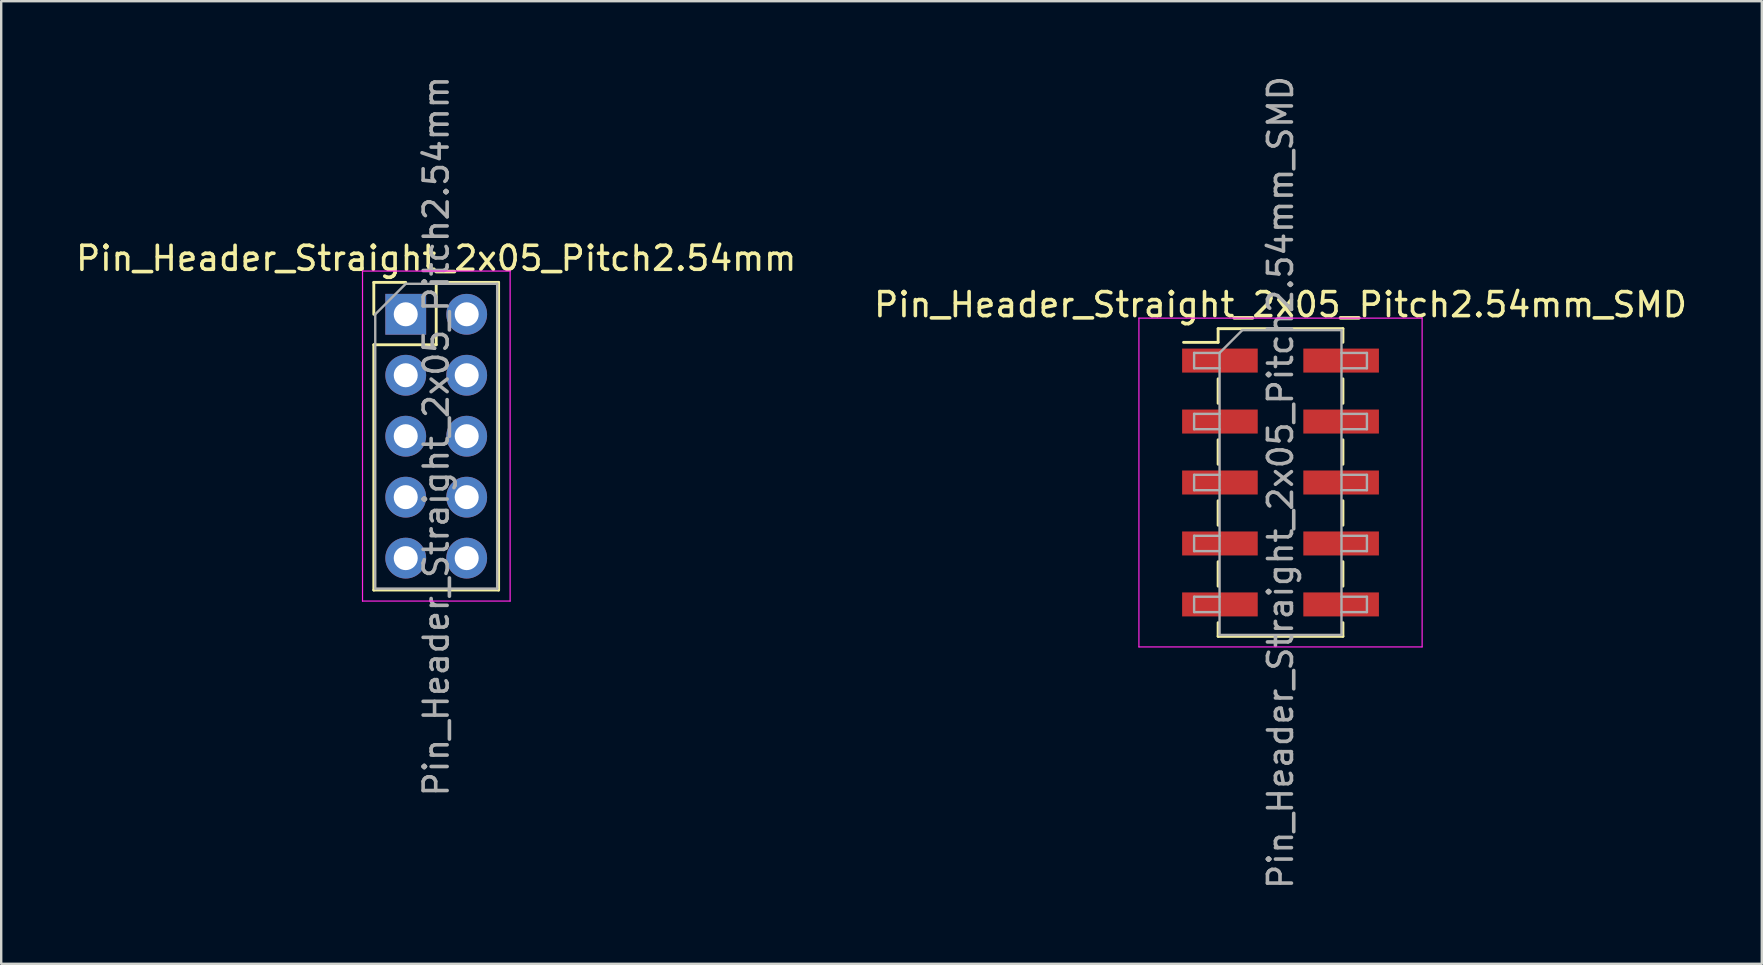
<source format=kicad_pcb>
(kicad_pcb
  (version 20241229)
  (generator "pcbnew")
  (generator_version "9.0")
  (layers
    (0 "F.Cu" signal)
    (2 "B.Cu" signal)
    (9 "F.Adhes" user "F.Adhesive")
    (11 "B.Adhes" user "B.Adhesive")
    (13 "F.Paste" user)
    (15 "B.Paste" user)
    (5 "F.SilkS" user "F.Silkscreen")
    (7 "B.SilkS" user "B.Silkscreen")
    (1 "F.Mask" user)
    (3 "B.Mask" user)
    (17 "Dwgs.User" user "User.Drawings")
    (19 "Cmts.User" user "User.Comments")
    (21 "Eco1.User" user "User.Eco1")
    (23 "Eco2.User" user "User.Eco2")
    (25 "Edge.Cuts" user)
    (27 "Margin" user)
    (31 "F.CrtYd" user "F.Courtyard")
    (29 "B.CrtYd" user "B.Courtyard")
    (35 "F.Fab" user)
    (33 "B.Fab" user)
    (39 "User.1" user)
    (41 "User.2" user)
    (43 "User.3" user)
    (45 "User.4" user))
  (footprint "Pin_Header_Straight_2x05_Pitch2.54mm_SMD"
    (layer "F.Cu")
    (at 50.304 17.054)
    (property "Reference" "Pin_Header_Straight_2x05_Pitch2.54mm_SMD" (at 0 -7.41 0) (layer "F.SilkS") (effects (font (size 1 1) (thickness 0.15))))
    (attr smd)
    (fp_line (start -4.04 -5.84) (end -2.6 -5.84) (stroke (width 0.12) (type solid)) (layer "F.SilkS"))
    (fp_line (start -2.6 -6.41) (end -2.6 -5.84) (stroke (width 0.12) (type solid)) (layer "F.SilkS"))
    (fp_line (start -2.6 -6.41) (end 2.6 -6.41) (stroke (width 0.12) (type solid)) (layer "F.SilkS"))
    (fp_line (start -2.6 -4.32) (end -2.6 -3.3) (stroke (width 0.12) (type solid)) (layer "F.SilkS"))
    (fp_line (start -2.6 -1.78) (end -2.6 -0.76) (stroke (width 0.12) (type solid)) (layer "F.SilkS"))
    (fp_line (start -2.6 0.76) (end -2.6 1.78) (stroke (width 0.12) (type solid)) (layer "F.SilkS"))
    (fp_line (start -2.6 3.3) (end -2.6 4.32) (stroke (width 0.12) (type solid)) (layer "F.SilkS"))
    (fp_line (start -2.6 5.84) (end -2.6 6.41) (stroke (width 0.12) (type solid)) (layer "F.SilkS"))
    (fp_line (start -2.6 6.41) (end 2.6 6.41) (stroke (width 0.12) (type solid)) (layer "F.SilkS"))
    (fp_line (start 2.6 -6.41) (end 2.6 -5.84) (stroke (width 0.12) (type solid)) (layer "F.SilkS"))
    (fp_line (start 2.6 -4.32) (end 2.6 -3.3) (stroke (width 0.12) (type solid)) (layer "F.SilkS"))
    (fp_line (start 2.6 -1.78) (end 2.6 -0.76) (stroke (width 0.12) (type solid)) (layer "F.SilkS"))
    (fp_line (start 2.6 0.76) (end 2.6 1.78) (stroke (width 0.12) (type solid)) (layer "F.SilkS"))
    (fp_line (start 2.6 3.3) (end 2.6 4.32) (stroke (width 0.12) (type solid)) (layer "F.SilkS"))
    (fp_line (start 2.6 5.84) (end 2.6 6.41) (stroke (width 0.12) (type solid)) (layer "F.SilkS"))
    (fp_line (start -5.9 -6.85) (end -5.9 6.85) (stroke (width 0.05) (type solid)) (layer "F.CrtYd"))
    (fp_line (start -5.9 6.85) (end 5.9 6.85) (stroke (width 0.05) (type solid)) (layer "F.CrtYd"))
    (fp_line (start 5.9 -6.85) (end -5.9 -6.85) (stroke (width 0.05) (type solid)) (layer "F.CrtYd"))
    (fp_line (start 5.9 6.85) (end 5.9 -6.85) (stroke (width 0.05) (type solid)) (layer "F.CrtYd"))
    (fp_line (start -3.6 -5.4) (end -3.6 -4.76) (stroke (width 0.1) (type solid)) (layer "F.Fab"))
    (fp_line (start -3.6 -4.76) (end -2.54 -4.76) (stroke (width 0.1) (type solid)) (layer "F.Fab"))
    (fp_line (start -3.6 -2.86) (end -3.6 -2.22) (stroke (width 0.1) (type solid)) (layer "F.Fab"))
    (fp_line (start -3.6 -2.22) (end -2.54 -2.22) (stroke (width 0.1) (type solid)) (layer "F.Fab"))
    (fp_line (start -3.6 -0.32) (end -3.6 0.32) (stroke (width 0.1) (type solid)) (layer "F.Fab"))
    (fp_line (start -3.6 0.32) (end -2.54 0.32) (stroke (width 0.1) (type solid)) (layer "F.Fab"))
    (fp_line (start -3.6 2.22) (end -3.6 2.86) (stroke (width 0.1) (type solid)) (layer "F.Fab"))
    (fp_line (start -3.6 2.86) (end -2.54 2.86) (stroke (width 0.1) (type solid)) (layer "F.Fab"))
    (fp_line (start -3.6 4.76) (end -3.6 5.4) (stroke (width 0.1) (type solid)) (layer "F.Fab"))
    (fp_line (start -3.6 5.4) (end -2.54 5.4) (stroke (width 0.1) (type solid)) (layer "F.Fab"))
    (fp_line (start -2.54 -5.4) (end -3.6 -5.4) (stroke (width 0.1) (type solid)) (layer "F.Fab"))
    (fp_line (start -2.54 -5.4) (end -1.59 -6.35) (stroke (width 0.1) (type solid)) (layer "F.Fab"))
    (fp_line (start -2.54 -2.86) (end -3.6 -2.86) (stroke (width 0.1) (type solid)) (layer "F.Fab"))
    (fp_line (start -2.54 -0.32) (end -3.6 -0.32) (stroke (width 0.1) (type solid)) (layer "F.Fab"))
    (fp_line (start -2.54 2.22) (end -3.6 2.22) (stroke (width 0.1) (type solid)) (layer "F.Fab"))
    (fp_line (start -2.54 4.76) (end -3.6 4.76) (stroke (width 0.1) (type solid)) (layer "F.Fab"))
    (fp_line (start -2.54 6.35) (end -2.54 -5.4) (stroke (width 0.1) (type solid)) (layer "F.Fab"))
    (fp_line (start -1.59 -6.35) (end 2.54 -6.35) (stroke (width 0.1) (type solid)) (layer "F.Fab"))
    (fp_line (start 2.54 -6.35) (end 2.54 6.35) (stroke (width 0.1) (type solid)) (layer "F.Fab"))
    (fp_line (start 2.54 -5.4) (end 3.6 -5.4) (stroke (width 0.1) (type solid)) (layer "F.Fab"))
    (fp_line (start 2.54 -2.86) (end 3.6 -2.86) (stroke (width 0.1) (type solid)) (layer "F.Fab"))
    (fp_line (start 2.54 -0.32) (end 3.6 -0.32) (stroke (width 0.1) (type solid)) (layer "F.Fab"))
    (fp_line (start 2.54 2.22) (end 3.6 2.22) (stroke (width 0.1) (type solid)) (layer "F.Fab"))
    (fp_line (start 2.54 4.76) (end 3.6 4.76) (stroke (width 0.1) (type solid)) (layer "F.Fab"))
    (fp_line (start 2.54 6.35) (end -2.54 6.35) (stroke (width 0.1) (type solid)) (layer "F.Fab"))
    (fp_line (start 3.6 -5.4) (end 3.6 -4.76) (stroke (width 0.1) (type solid)) (layer "F.Fab"))
    (fp_line (start 3.6 -4.76) (end 2.54 -4.76) (stroke (width 0.1) (type solid)) (layer "F.Fab"))
    (fp_line (start 3.6 -2.86) (end 3.6 -2.22) (stroke (width 0.1) (type solid)) (layer "F.Fab"))
    (fp_line (start 3.6 -2.22) (end 2.54 -2.22) (stroke (width 0.1) (type solid)) (layer "F.Fab"))
    (fp_line (start 3.6 -0.32) (end 3.6 0.32) (stroke (width 0.1) (type solid)) (layer "F.Fab"))
    (fp_line (start 3.6 0.32) (end 2.54 0.32) (stroke (width 0.1) (type solid)) (layer "F.Fab"))
    (fp_line (start 3.6 2.22) (end 3.6 2.86) (stroke (width 0.1) (type solid)) (layer "F.Fab"))
    (fp_line (start 3.6 2.86) (end 2.54 2.86) (stroke (width 0.1) (type solid)) (layer "F.Fab"))
    (fp_line (start 3.6 4.76) (end 3.6 5.4) (stroke (width 0.1) (type solid)) (layer "F.Fab"))
    (fp_line (start 3.6 5.4) (end 2.54 5.4) (stroke (width 0.1) (type solid)) (layer "F.Fab"))
    (fp_text user "${REFERENCE}" (at 0 0 90) (layer "F.Fab") (effects (font (size 1 1) (thickness 0.15))))
    (pad "1" smd rect (at -2.525 -5.08) (size 3.15 1) (layers "F.Cu" "F.Mask" "F.Paste"))
    (pad "2" smd rect (at 2.525 -5.08) (size 3.15 1) (layers "F.Cu" "F.Mask" "F.Paste"))
    (pad "3" smd rect (at -2.525 -2.54) (size 3.15 1) (layers "F.Cu" "F.Mask" "F.Paste"))
    (pad "4" smd rect (at 2.525 -2.54) (size 3.15 1) (layers "F.Cu" "F.Mask" "F.Paste"))
    (pad "5" smd rect (at -2.525 0) (size 3.15 1) (layers "F.Cu" "F.Mask" "F.Paste"))
    (pad "6" smd rect (at 2.525 0) (size 3.15 1) (layers "F.Cu" "F.Mask" "F.Paste"))
    (pad "7" smd rect (at -2.525 2.54) (size 3.15 1) (layers "F.Cu" "F.Mask" "F.Paste"))
    (pad "8" smd rect (at 2.525 2.54) (size 3.15 1) (layers "F.Cu" "F.Mask" "F.Paste"))
    (pad "9" smd rect (at -2.525 5.08) (size 3.15 1) (layers "F.Cu" "F.Mask" "F.Paste"))
    (pad "10" smd rect (at 2.525 5.08) (size 3.15 1) (layers "F.Cu" "F.Mask" "F.Paste")))
  (footprint "Pin_Header_Straight_2x05_Pitch2.54mm"
    (layer "F.Cu")
    (at 13.855 10.045)
    (property "Reference" "Pin_Header_Straight_2x05_Pitch2.54mm" (at 1.27 -2.33 0) (layer "F.SilkS") (effects (font (size 1 1) (thickness 0.15))))
    (attr through_hole)
    (fp_line (start -1.33 -1.33) (end 0 -1.33) (stroke (width 0.12) (type solid)) (layer "F.SilkS"))
    (fp_line (start -1.33 0) (end -1.33 -1.33) (stroke (width 0.12) (type solid)) (layer "F.SilkS"))
    (fp_line (start -1.33 1.27) (end -1.33 11.49) (stroke (width 0.12) (type solid)) (layer "F.SilkS"))
    (fp_line (start -1.33 1.27) (end 1.27 1.27) (stroke (width 0.12) (type solid)) (layer "F.SilkS"))
    (fp_line (start -1.33 11.49) (end 3.87 11.49) (stroke (width 0.12) (type solid)) (layer "F.SilkS"))
    (fp_line (start 1.27 -1.33) (end 3.87 -1.33) (stroke (width 0.12) (type solid)) (layer "F.SilkS"))
    (fp_line (start 1.27 1.27) (end 1.27 -1.33) (stroke (width 0.12) (type solid)) (layer "F.SilkS"))
    (fp_line (start 3.87 -1.33) (end 3.87 11.49) (stroke (width 0.12) (type solid)) (layer "F.SilkS"))
    (fp_line (start -1.8 -1.8) (end -1.8 11.95) (stroke (width 0.05) (type solid)) (layer "F.CrtYd"))
    (fp_line (start -1.8 11.95) (end 4.35 11.95) (stroke (width 0.05) (type solid)) (layer "F.CrtYd"))
    (fp_line (start 4.35 -1.8) (end -1.8 -1.8) (stroke (width 0.05) (type solid)) (layer "F.CrtYd"))
    (fp_line (start 4.35 11.95) (end 4.35 -1.8) (stroke (width 0.05) (type solid)) (layer "F.CrtYd"))
    (fp_line (start -1.27 0) (end 0 -1.27) (stroke (width 0.1) (type solid)) (layer "F.Fab"))
    (fp_line (start -1.27 11.43) (end -1.27 0) (stroke (width 0.1) (type solid)) (layer "F.Fab"))
    (fp_line (start 0 -1.27) (end 3.81 -1.27) (stroke (width 0.1) (type solid)) (layer "F.Fab"))
    (fp_line (start 3.81 -1.27) (end 3.81 11.43) (stroke (width 0.1) (type solid)) (layer "F.Fab"))
    (fp_line (start 3.81 11.43) (end -1.27 11.43) (stroke (width 0.1) (type solid)) (layer "F.Fab"))
    (fp_text user "${REFERENCE}" (at 1.27 5.08 90) (layer "F.Fab") (effects (font (size 1 1) (thickness 0.15))))
    (pad "1" thru_hole rect (at 0 0) (size 1.7 1.7) (drill 1) (layers "*.Cu" "*.Mask"))
    (pad "2" thru_hole oval (at 2.54 0) (size 1.7 1.7) (drill 1) (layers "*.Cu" "*.Mask"))
    (pad "3" thru_hole oval (at 0 2.54) (size 1.7 1.7) (drill 1) (layers "*.Cu" "*.Mask"))
    (pad "4" thru_hole oval (at 2.54 2.54) (size 1.7 1.7) (drill 1) (layers "*.Cu" "*.Mask"))
    (pad "5" thru_hole oval (at 0 5.08) (size 1.7 1.7) (drill 1) (layers "*.Cu" "*.Mask"))
    (pad "6" thru_hole oval (at 2.54 5.08) (size 1.7 1.7) (drill 1) (layers "*.Cu" "*.Mask"))
    (pad "7" thru_hole oval (at 0 7.62) (size 1.7 1.7) (drill 1) (layers "*.Cu" "*.Mask"))
    (pad "8" thru_hole oval (at 2.54 7.62) (size 1.7 1.7) (drill 1) (layers "*.Cu" "*.Mask"))
    (pad "9" thru_hole oval (at 0 10.16) (size 1.7 1.7) (drill 1) (layers "*.Cu" "*.Mask"))
    (pad "10" thru_hole oval (at 2.54 10.16) (size 1.7 1.7) (drill 1) (layers "*.Cu" "*.Mask")))
  (gr_rect
    (start -3 -3)
    (end 70.357 37.107)
    (stroke (width 0.1) (type default))
    (fill no)
    (layer "Edge.Cuts")))
</source>
